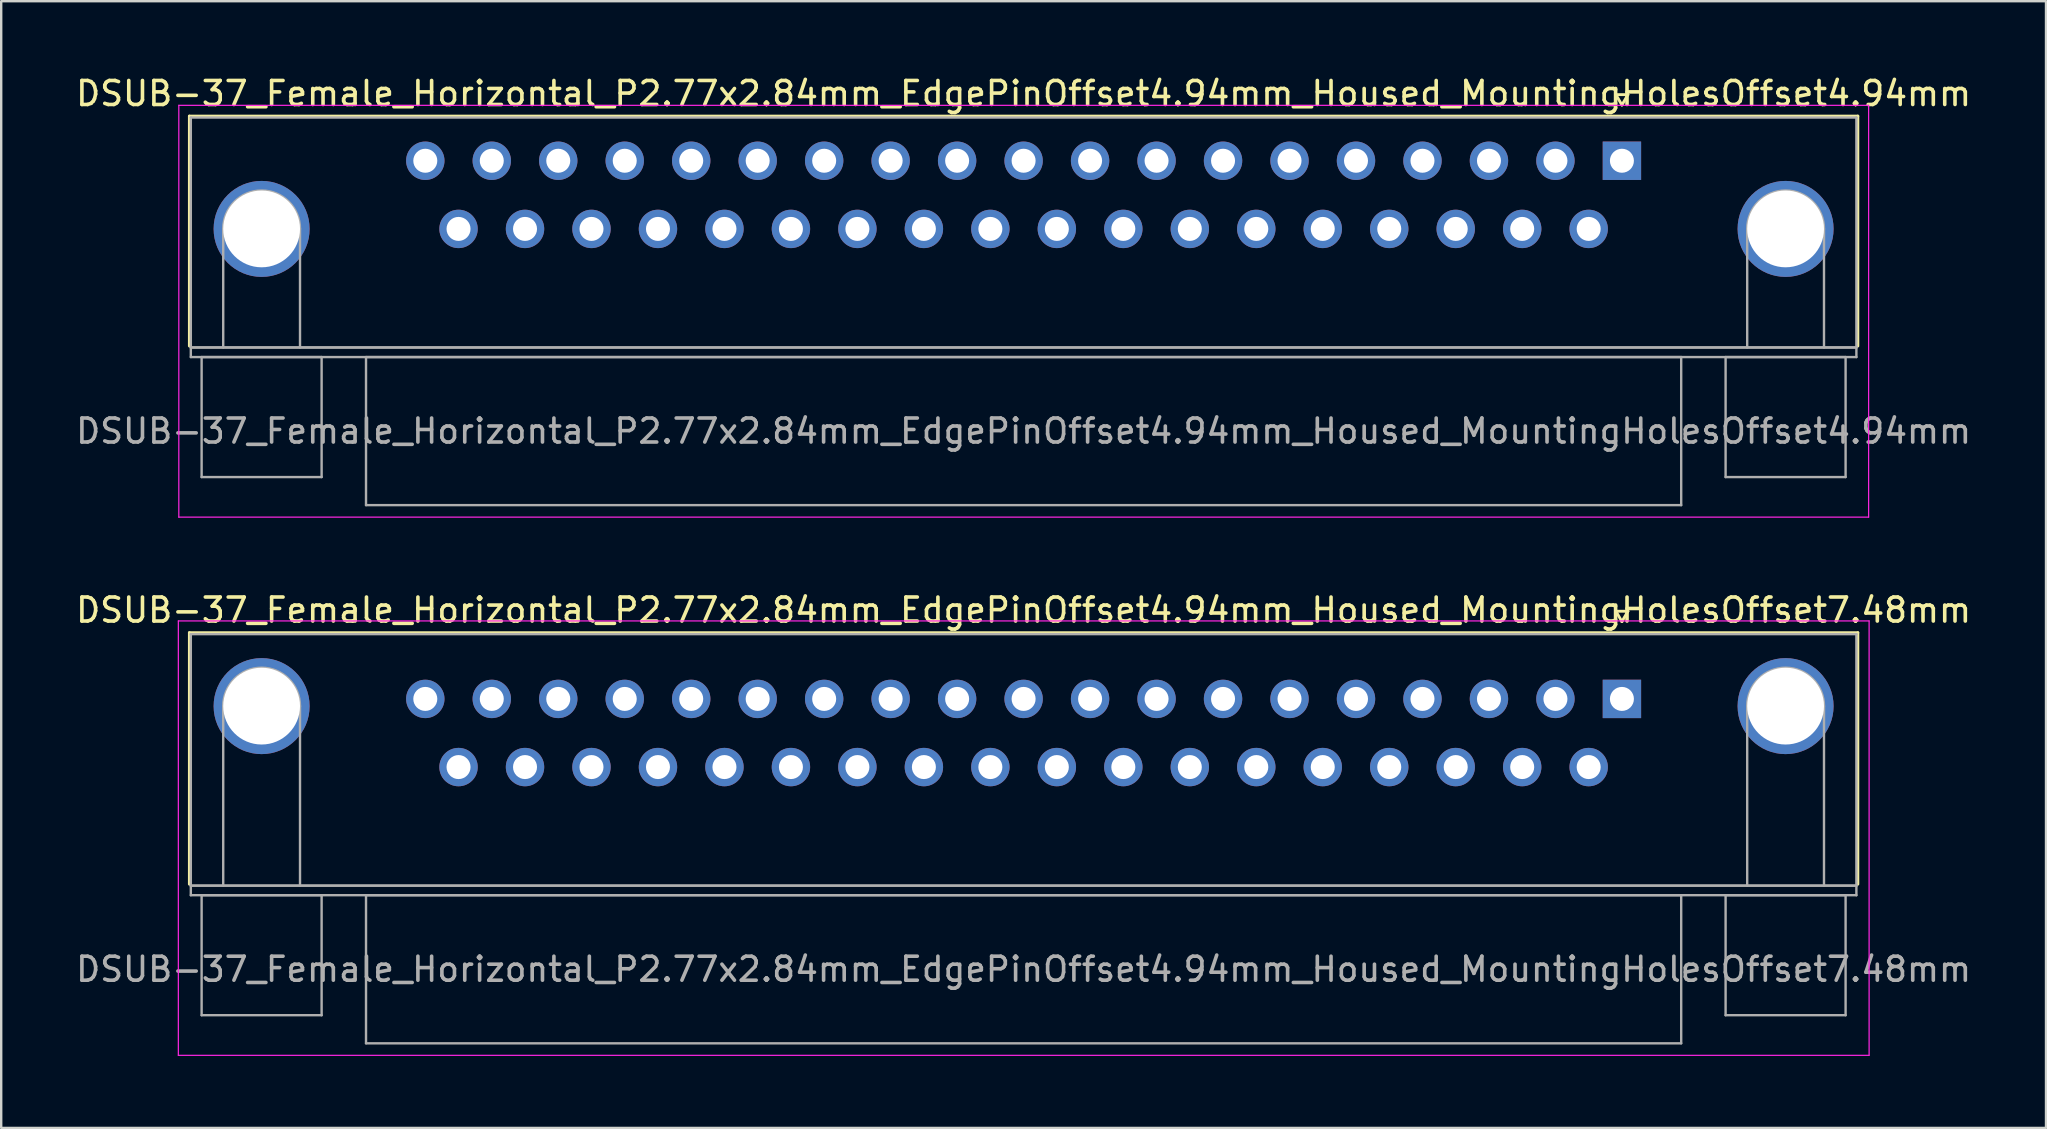
<source format=kicad_pcb>
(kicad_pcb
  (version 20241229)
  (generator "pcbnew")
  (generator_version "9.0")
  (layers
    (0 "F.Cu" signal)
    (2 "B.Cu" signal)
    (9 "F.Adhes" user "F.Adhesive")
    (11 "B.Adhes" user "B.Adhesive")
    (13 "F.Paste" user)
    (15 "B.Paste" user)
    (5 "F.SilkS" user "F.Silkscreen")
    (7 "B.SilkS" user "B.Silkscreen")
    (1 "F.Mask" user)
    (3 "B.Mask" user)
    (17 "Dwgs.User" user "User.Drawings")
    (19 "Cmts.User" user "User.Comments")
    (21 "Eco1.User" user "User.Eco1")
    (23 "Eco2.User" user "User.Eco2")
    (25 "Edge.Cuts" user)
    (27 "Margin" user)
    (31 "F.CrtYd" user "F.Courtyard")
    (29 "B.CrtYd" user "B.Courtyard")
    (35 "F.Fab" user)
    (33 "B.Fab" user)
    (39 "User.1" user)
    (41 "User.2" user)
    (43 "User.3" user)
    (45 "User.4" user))
  (footprint "DSUB-37_Female_Horizontal_P2.77x2.84mm_EdgePinOffset4.94mm_Housed_MountingHolesOffset4.94mm"
    (layer "F.Cu")
    (at 64.531 3.648)
    (property "Reference" "DSUB-37_Female_Horizontal_P2.77x2.84mm_EdgePinOffset4.94mm_Housed_MountingHolesOffset4.94mm" (at -24.93 -2.8 0) (layer "F.SilkS") (effects (font (size 1 1) (thickness 0.15))))
    (attr through_hole)
    (fp_line (start -59.69 -1.86) (end 9.83 -1.86) (stroke (width 0.12) (type solid)) (layer "F.SilkS"))
    (fp_line (start -59.69 7.72) (end -59.69 -1.86) (stroke (width 0.12) (type solid)) (layer "F.SilkS"))
    (fp_line (start -0.25 -2.754) (end 0.25 -2.754) (stroke (width 0.12) (type solid)) (layer "F.SilkS"))
    (fp_line (start 0 -2.321) (end -0.25 -2.754) (stroke (width 0.12) (type solid)) (layer "F.SilkS"))
    (fp_line (start 0.25 -2.754) (end 0 -2.321) (stroke (width 0.12) (type solid)) (layer "F.SilkS"))
    (fp_line (start 9.83 -1.86) (end 9.83 7.72) (stroke (width 0.12) (type solid)) (layer "F.SilkS"))
    (fp_line (start -60.13 -2.31) (end -60.13 14.85) (stroke (width 0.05) (type solid)) (layer "F.CrtYd"))
    (fp_line (start -60.13 14.85) (end 10.28 14.85) (stroke (width 0.05) (type solid)) (layer "F.CrtYd"))
    (fp_line (start 10.28 -2.31) (end -60.13 -2.31) (stroke (width 0.05) (type solid)) (layer "F.CrtYd"))
    (fp_line (start 10.28 14.85) (end 10.28 -2.31) (stroke (width 0.05) (type solid)) (layer "F.CrtYd"))
    (fp_line (start -59.63 -1.8) (end -59.63 7.78) (stroke (width 0.1) (type solid)) (layer "F.Fab"))
    (fp_line (start -59.63 7.78) (end -59.63 8.18) (stroke (width 0.1) (type solid)) (layer "F.Fab"))
    (fp_line (start -59.63 7.78) (end 9.77 7.78) (stroke (width 0.1) (type solid)) (layer "F.Fab"))
    (fp_line (start -59.63 8.18) (end 9.77 8.18) (stroke (width 0.1) (type solid)) (layer "F.Fab"))
    (fp_line (start -59.18 8.18) (end -59.18 13.18) (stroke (width 0.1) (type solid)) (layer "F.Fab"))
    (fp_line (start -59.18 13.18) (end -54.18 13.18) (stroke (width 0.1) (type solid)) (layer "F.Fab"))
    (fp_line (start -58.28 7.78) (end -58.28 2.84) (stroke (width 0.1) (type solid)) (layer "F.Fab"))
    (fp_line (start -55.08 7.78) (end -55.08 2.84) (stroke (width 0.1) (type solid)) (layer "F.Fab"))
    (fp_line (start -54.18 8.18) (end -59.18 8.18) (stroke (width 0.1) (type solid)) (layer "F.Fab"))
    (fp_line (start -54.18 13.18) (end -54.18 8.18) (stroke (width 0.1) (type solid)) (layer "F.Fab"))
    (fp_line (start -52.33 8.18) (end -52.33 14.35) (stroke (width 0.1) (type solid)) (layer "F.Fab"))
    (fp_line (start -52.33 14.35) (end 2.47 14.35) (stroke (width 0.1) (type solid)) (layer "F.Fab"))
    (fp_line (start 2.47 8.18) (end -52.33 8.18) (stroke (width 0.1) (type solid)) (layer "F.Fab"))
    (fp_line (start 2.47 14.35) (end 2.47 8.18) (stroke (width 0.1) (type solid)) (layer "F.Fab"))
    (fp_line (start 4.32 8.18) (end 4.32 13.18) (stroke (width 0.1) (type solid)) (layer "F.Fab"))
    (fp_line (start 4.32 13.18) (end 9.32 13.18) (stroke (width 0.1) (type solid)) (layer "F.Fab"))
    (fp_line (start 5.22 7.78) (end 5.22 2.84) (stroke (width 0.1) (type solid)) (layer "F.Fab"))
    (fp_line (start 8.42 7.78) (end 8.42 2.84) (stroke (width 0.1) (type solid)) (layer "F.Fab"))
    (fp_line (start 9.32 8.18) (end 4.32 8.18) (stroke (width 0.1) (type solid)) (layer "F.Fab"))
    (fp_line (start 9.32 13.18) (end 9.32 8.18) (stroke (width 0.1) (type solid)) (layer "F.Fab"))
    (fp_line (start 9.77 -1.8) (end -59.63 -1.8) (stroke (width 0.1) (type solid)) (layer "F.Fab"))
    (fp_line (start 9.77 7.78) (end -59.63 7.78) (stroke (width 0.1) (type solid)) (layer "F.Fab"))
    (fp_line (start 9.77 7.78) (end 9.77 -1.8) (stroke (width 0.1) (type solid)) (layer "F.Fab"))
    (fp_line (start 9.77 8.18) (end 9.77 7.78) (stroke (width 0.1) (type solid)) (layer "F.Fab"))
    (fp_arc (start -58.28 2.84) (mid -56.68 1.24) (end -55.08 2.84) (stroke (width 0.1) (type solid)) (layer "F.Fab"))
    (fp_arc (start 5.22 2.84) (mid 6.82 1.24) (end 8.42 2.84) (stroke (width 0.1) (type solid)) (layer "F.Fab"))
    (fp_text user "${REFERENCE}" (at -24.93 11.265 0) (layer "F.Fab") (effects (font (size 1 1) (thickness 0.15))))
    (pad "0" thru_hole circle (at -56.68 2.84) (size 4 4) (drill 3.2) (layers "*.Cu" "*.Mask"))
    (pad "0" thru_hole circle (at 6.82 2.84) (size 4 4) (drill 3.2) (layers "*.Cu" "*.Mask"))
    (pad "1" thru_hole rect (at 0 0) (size 1.6 1.6) (drill 1) (layers "*.Cu" "*.Mask"))
    (pad "2" thru_hole circle (at -2.77 0) (size 1.6 1.6) (drill 1) (layers "*.Cu" "*.Mask"))
    (pad "3" thru_hole circle (at -5.54 0) (size 1.6 1.6) (drill 1) (layers "*.Cu" "*.Mask"))
    (pad "4" thru_hole circle (at -8.31 0) (size 1.6 1.6) (drill 1) (layers "*.Cu" "*.Mask"))
    (pad "5" thru_hole circle (at -11.08 0) (size 1.6 1.6) (drill 1) (layers "*.Cu" "*.Mask"))
    (pad "6" thru_hole circle (at -13.85 0) (size 1.6 1.6) (drill 1) (layers "*.Cu" "*.Mask"))
    (pad "7" thru_hole circle (at -16.62 0) (size 1.6 1.6) (drill 1) (layers "*.Cu" "*.Mask"))
    (pad "8" thru_hole circle (at -19.39 0) (size 1.6 1.6) (drill 1) (layers "*.Cu" "*.Mask"))
    (pad "9" thru_hole circle (at -22.16 0) (size 1.6 1.6) (drill 1) (layers "*.Cu" "*.Mask"))
    (pad "10" thru_hole circle (at -24.93 0) (size 1.6 1.6) (drill 1) (layers "*.Cu" "*.Mask"))
    (pad "11" thru_hole circle (at -27.7 0) (size 1.6 1.6) (drill 1) (layers "*.Cu" "*.Mask"))
    (pad "12" thru_hole circle (at -30.47 0) (size 1.6 1.6) (drill 1) (layers "*.Cu" "*.Mask"))
    (pad "13" thru_hole circle (at -33.24 0) (size 1.6 1.6) (drill 1) (layers "*.Cu" "*.Mask"))
    (pad "14" thru_hole circle (at -36.01 0) (size 1.6 1.6) (drill 1) (layers "*.Cu" "*.Mask"))
    (pad "15" thru_hole circle (at -38.78 0) (size 1.6 1.6) (drill 1) (layers "*.Cu" "*.Mask"))
    (pad "16" thru_hole circle (at -41.55 0) (size 1.6 1.6) (drill 1) (layers "*.Cu" "*.Mask"))
    (pad "17" thru_hole circle (at -44.32 0) (size 1.6 1.6) (drill 1) (layers "*.Cu" "*.Mask"))
    (pad "18" thru_hole circle (at -47.09 0) (size 1.6 1.6) (drill 1) (layers "*.Cu" "*.Mask"))
    (pad "19" thru_hole circle (at -49.86 0) (size 1.6 1.6) (drill 1) (layers "*.Cu" "*.Mask"))
    (pad "20" thru_hole circle (at -1.385 2.84) (size 1.6 1.6) (drill 1) (layers "*.Cu" "*.Mask"))
    (pad "21" thru_hole circle (at -4.155 2.84) (size 1.6 1.6) (drill 1) (layers "*.Cu" "*.Mask"))
    (pad "22" thru_hole circle (at -6.925 2.84) (size 1.6 1.6) (drill 1) (layers "*.Cu" "*.Mask"))
    (pad "23" thru_hole circle (at -9.695 2.84) (size 1.6 1.6) (drill 1) (layers "*.Cu" "*.Mask"))
    (pad "24" thru_hole circle (at -12.465 2.84) (size 1.6 1.6) (drill 1) (layers "*.Cu" "*.Mask"))
    (pad "25" thru_hole circle (at -15.235 2.84) (size 1.6 1.6) (drill 1) (layers "*.Cu" "*.Mask"))
    (pad "26" thru_hole circle (at -18.005 2.84) (size 1.6 1.6) (drill 1) (layers "*.Cu" "*.Mask"))
    (pad "27" thru_hole circle (at -20.775 2.84) (size 1.6 1.6) (drill 1) (layers "*.Cu" "*.Mask"))
    (pad "28" thru_hole circle (at -23.545 2.84) (size 1.6 1.6) (drill 1) (layers "*.Cu" "*.Mask"))
    (pad "29" thru_hole circle (at -26.315 2.84) (size 1.6 1.6) (drill 1) (layers "*.Cu" "*.Mask"))
    (pad "30" thru_hole circle (at -29.085 2.84) (size 1.6 1.6) (drill 1) (layers "*.Cu" "*.Mask"))
    (pad "31" thru_hole circle (at -31.855 2.84) (size 1.6 1.6) (drill 1) (layers "*.Cu" "*.Mask"))
    (pad "32" thru_hole circle (at -34.625 2.84) (size 1.6 1.6) (drill 1) (layers "*.Cu" "*.Mask"))
    (pad "33" thru_hole circle (at -37.395 2.84) (size 1.6 1.6) (drill 1) (layers "*.Cu" "*.Mask"))
    (pad "34" thru_hole circle (at -40.165 2.84) (size 1.6 1.6) (drill 1) (layers "*.Cu" "*.Mask"))
    (pad "35" thru_hole circle (at -42.935 2.84) (size 1.6 1.6) (drill 1) (layers "*.Cu" "*.Mask"))
    (pad "36" thru_hole circle (at -45.705 2.84) (size 1.6 1.6) (drill 1) (layers "*.Cu" "*.Mask"))
    (pad "37" thru_hole circle (at -48.475 2.84) (size 1.6 1.6) (drill 1) (layers "*.Cu" "*.Mask")))
  (footprint "DSUB-37_Female_Horizontal_P2.77x2.84mm_EdgePinOffset4.94mm_Housed_MountingHolesOffset7.48mm"
    (layer "F.Cu")
    (at 64.531 26.072)
    (property "Reference" "DSUB-37_Female_Horizontal_P2.77x2.84mm_EdgePinOffset4.94mm_Housed_MountingHolesOffset7.48mm" (at -24.93 -3.7 0) (layer "F.SilkS") (effects (font (size 1 1) (thickness 0.15))))
    (attr through_hole)
    (fp_line (start -59.69 -2.76) (end 9.83 -2.76) (stroke (width 0.12) (type solid)) (layer "F.SilkS"))
    (fp_line (start -59.69 7.72) (end -59.69 -2.76) (stroke (width 0.12) (type solid)) (layer "F.SilkS"))
    (fp_line (start -0.25 -3.654) (end 0.25 -3.654) (stroke (width 0.12) (type solid)) (layer "F.SilkS"))
    (fp_line (start 0 -3.221) (end -0.25 -3.654) (stroke (width 0.12) (type solid)) (layer "F.SilkS"))
    (fp_line (start 0.25 -3.654) (end 0 -3.221) (stroke (width 0.12) (type solid)) (layer "F.SilkS"))
    (fp_line (start 9.83 -2.76) (end 9.83 7.72) (stroke (width 0.12) (type solid)) (layer "F.SilkS"))
    (fp_line (start -60.15 -3.25) (end -60.15 14.85) (stroke (width 0.05) (type solid)) (layer "F.CrtYd"))
    (fp_line (start -60.15 14.85) (end 10.3 14.85) (stroke (width 0.05) (type solid)) (layer "F.CrtYd"))
    (fp_line (start 10.3 -3.25) (end -60.15 -3.25) (stroke (width 0.05) (type solid)) (layer "F.CrtYd"))
    (fp_line (start 10.3 14.85) (end 10.3 -3.25) (stroke (width 0.05) (type solid)) (layer "F.CrtYd"))
    (fp_line (start -59.63 -2.7) (end -59.63 7.78) (stroke (width 0.1) (type solid)) (layer "F.Fab"))
    (fp_line (start -59.63 7.78) (end -59.63 8.18) (stroke (width 0.1) (type solid)) (layer "F.Fab"))
    (fp_line (start -59.63 7.78) (end 9.77 7.78) (stroke (width 0.1) (type solid)) (layer "F.Fab"))
    (fp_line (start -59.63 8.18) (end 9.77 8.18) (stroke (width 0.1) (type solid)) (layer "F.Fab"))
    (fp_line (start -59.18 8.18) (end -59.18 13.18) (stroke (width 0.1) (type solid)) (layer "F.Fab"))
    (fp_line (start -59.18 13.18) (end -54.18 13.18) (stroke (width 0.1) (type solid)) (layer "F.Fab"))
    (fp_line (start -58.28 7.78) (end -58.28 0.3) (stroke (width 0.1) (type solid)) (layer "F.Fab"))
    (fp_line (start -55.08 7.78) (end -55.08 0.3) (stroke (width 0.1) (type solid)) (layer "F.Fab"))
    (fp_line (start -54.18 8.18) (end -59.18 8.18) (stroke (width 0.1) (type solid)) (layer "F.Fab"))
    (fp_line (start -54.18 13.18) (end -54.18 8.18) (stroke (width 0.1) (type solid)) (layer "F.Fab"))
    (fp_line (start -52.33 8.18) (end -52.33 14.35) (stroke (width 0.1) (type solid)) (layer "F.Fab"))
    (fp_line (start -52.33 14.35) (end 2.47 14.35) (stroke (width 0.1) (type solid)) (layer "F.Fab"))
    (fp_line (start 2.47 8.18) (end -52.33 8.18) (stroke (width 0.1) (type solid)) (layer "F.Fab"))
    (fp_line (start 2.47 14.35) (end 2.47 8.18) (stroke (width 0.1) (type solid)) (layer "F.Fab"))
    (fp_line (start 4.32 8.18) (end 4.32 13.18) (stroke (width 0.1) (type solid)) (layer "F.Fab"))
    (fp_line (start 4.32 13.18) (end 9.32 13.18) (stroke (width 0.1) (type solid)) (layer "F.Fab"))
    (fp_line (start 5.22 7.78) (end 5.22 0.3) (stroke (width 0.1) (type solid)) (layer "F.Fab"))
    (fp_line (start 8.42 7.78) (end 8.42 0.3) (stroke (width 0.1) (type solid)) (layer "F.Fab"))
    (fp_line (start 9.32 8.18) (end 4.32 8.18) (stroke (width 0.1) (type solid)) (layer "F.Fab"))
    (fp_line (start 9.32 13.18) (end 9.32 8.18) (stroke (width 0.1) (type solid)) (layer "F.Fab"))
    (fp_line (start 9.77 -2.7) (end -59.63 -2.7) (stroke (width 0.1) (type solid)) (layer "F.Fab"))
    (fp_line (start 9.77 7.78) (end -59.63 7.78) (stroke (width 0.1) (type solid)) (layer "F.Fab"))
    (fp_line (start 9.77 7.78) (end 9.77 -2.7) (stroke (width 0.1) (type solid)) (layer "F.Fab"))
    (fp_line (start 9.77 8.18) (end 9.77 7.78) (stroke (width 0.1) (type solid)) (layer "F.Fab"))
    (fp_arc (start -58.28 0.3) (mid -56.68 -1.3) (end -55.08 0.3) (stroke (width 0.1) (type solid)) (layer "F.Fab"))
    (fp_arc (start 5.22 0.3) (mid 6.82 -1.3) (end 8.42 0.3) (stroke (width 0.1) (type solid)) (layer "F.Fab"))
    (fp_text user "${REFERENCE}" (at -24.93 11.265 0) (layer "F.Fab") (effects (font (size 1 1) (thickness 0.15))))
    (pad "0" thru_hole circle (at -56.68 0.3) (size 4 4) (drill 3.2) (layers "*.Cu" "*.Mask"))
    (pad "0" thru_hole circle (at 6.82 0.3) (size 4 4) (drill 3.2) (layers "*.Cu" "*.Mask"))
    (pad "1" thru_hole rect (at 0 0) (size 1.6 1.6) (drill 1) (layers "*.Cu" "*.Mask"))
    (pad "2" thru_hole circle (at -2.77 0) (size 1.6 1.6) (drill 1) (layers "*.Cu" "*.Mask"))
    (pad "3" thru_hole circle (at -5.54 0) (size 1.6 1.6) (drill 1) (layers "*.Cu" "*.Mask"))
    (pad "4" thru_hole circle (at -8.31 0) (size 1.6 1.6) (drill 1) (layers "*.Cu" "*.Mask"))
    (pad "5" thru_hole circle (at -11.08 0) (size 1.6 1.6) (drill 1) (layers "*.Cu" "*.Mask"))
    (pad "6" thru_hole circle (at -13.85 0) (size 1.6 1.6) (drill 1) (layers "*.Cu" "*.Mask"))
    (pad "7" thru_hole circle (at -16.62 0) (size 1.6 1.6) (drill 1) (layers "*.Cu" "*.Mask"))
    (pad "8" thru_hole circle (at -19.39 0) (size 1.6 1.6) (drill 1) (layers "*.Cu" "*.Mask"))
    (pad "9" thru_hole circle (at -22.16 0) (size 1.6 1.6) (drill 1) (layers "*.Cu" "*.Mask"))
    (pad "10" thru_hole circle (at -24.93 0) (size 1.6 1.6) (drill 1) (layers "*.Cu" "*.Mask"))
    (pad "11" thru_hole circle (at -27.7 0) (size 1.6 1.6) (drill 1) (layers "*.Cu" "*.Mask"))
    (pad "12" thru_hole circle (at -30.47 0) (size 1.6 1.6) (drill 1) (layers "*.Cu" "*.Mask"))
    (pad "13" thru_hole circle (at -33.24 0) (size 1.6 1.6) (drill 1) (layers "*.Cu" "*.Mask"))
    (pad "14" thru_hole circle (at -36.01 0) (size 1.6 1.6) (drill 1) (layers "*.Cu" "*.Mask"))
    (pad "15" thru_hole circle (at -38.78 0) (size 1.6 1.6) (drill 1) (layers "*.Cu" "*.Mask"))
    (pad "16" thru_hole circle (at -41.55 0) (size 1.6 1.6) (drill 1) (layers "*.Cu" "*.Mask"))
    (pad "17" thru_hole circle (at -44.32 0) (size 1.6 1.6) (drill 1) (layers "*.Cu" "*.Mask"))
    (pad "18" thru_hole circle (at -47.09 0) (size 1.6 1.6) (drill 1) (layers "*.Cu" "*.Mask"))
    (pad "19" thru_hole circle (at -49.86 0) (size 1.6 1.6) (drill 1) (layers "*.Cu" "*.Mask"))
    (pad "20" thru_hole circle (at -1.385 2.84) (size 1.6 1.6) (drill 1) (layers "*.Cu" "*.Mask"))
    (pad "21" thru_hole circle (at -4.155 2.84) (size 1.6 1.6) (drill 1) (layers "*.Cu" "*.Mask"))
    (pad "22" thru_hole circle (at -6.925 2.84) (size 1.6 1.6) (drill 1) (layers "*.Cu" "*.Mask"))
    (pad "23" thru_hole circle (at -9.695 2.84) (size 1.6 1.6) (drill 1) (layers "*.Cu" "*.Mask"))
    (pad "24" thru_hole circle (at -12.465 2.84) (size 1.6 1.6) (drill 1) (layers "*.Cu" "*.Mask"))
    (pad "25" thru_hole circle (at -15.235 2.84) (size 1.6 1.6) (drill 1) (layers "*.Cu" "*.Mask"))
    (pad "26" thru_hole circle (at -18.005 2.84) (size 1.6 1.6) (drill 1) (layers "*.Cu" "*.Mask"))
    (pad "27" thru_hole circle (at -20.775 2.84) (size 1.6 1.6) (drill 1) (layers "*.Cu" "*.Mask"))
    (pad "28" thru_hole circle (at -23.545 2.84) (size 1.6 1.6) (drill 1) (layers "*.Cu" "*.Mask"))
    (pad "29" thru_hole circle (at -26.315 2.84) (size 1.6 1.6) (drill 1) (layers "*.Cu" "*.Mask"))
    (pad "30" thru_hole circle (at -29.085 2.84) (size 1.6 1.6) (drill 1) (layers "*.Cu" "*.Mask"))
    (pad "31" thru_hole circle (at -31.855 2.84) (size 1.6 1.6) (drill 1) (layers "*.Cu" "*.Mask"))
    (pad "32" thru_hole circle (at -34.625 2.84) (size 1.6 1.6) (drill 1) (layers "*.Cu" "*.Mask"))
    (pad "33" thru_hole circle (at -37.395 2.84) (size 1.6 1.6) (drill 1) (layers "*.Cu" "*.Mask"))
    (pad "34" thru_hole circle (at -40.165 2.84) (size 1.6 1.6) (drill 1) (layers "*.Cu" "*.Mask"))
    (pad "35" thru_hole circle (at -42.935 2.84) (size 1.6 1.6) (drill 1) (layers "*.Cu" "*.Mask"))
    (pad "36" thru_hole circle (at -45.705 2.84) (size 1.6 1.6) (drill 1) (layers "*.Cu" "*.Mask"))
    (pad "37" thru_hole circle (at -48.475 2.84) (size 1.6 1.6) (drill 1) (layers "*.Cu" "*.Mask")))
  (gr_rect
    (start -3 -3)
    (end 82.202 43.947)
    (stroke (width 0.1) (type default))
    (fill no)
    (layer "Edge.Cuts")))
</source>
